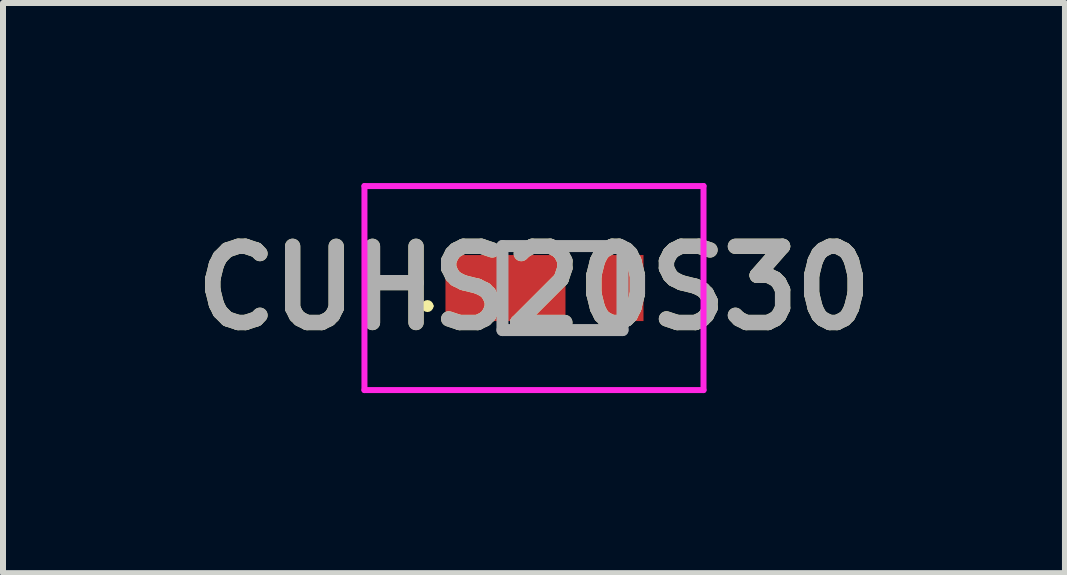
<source format=kicad_pcb>
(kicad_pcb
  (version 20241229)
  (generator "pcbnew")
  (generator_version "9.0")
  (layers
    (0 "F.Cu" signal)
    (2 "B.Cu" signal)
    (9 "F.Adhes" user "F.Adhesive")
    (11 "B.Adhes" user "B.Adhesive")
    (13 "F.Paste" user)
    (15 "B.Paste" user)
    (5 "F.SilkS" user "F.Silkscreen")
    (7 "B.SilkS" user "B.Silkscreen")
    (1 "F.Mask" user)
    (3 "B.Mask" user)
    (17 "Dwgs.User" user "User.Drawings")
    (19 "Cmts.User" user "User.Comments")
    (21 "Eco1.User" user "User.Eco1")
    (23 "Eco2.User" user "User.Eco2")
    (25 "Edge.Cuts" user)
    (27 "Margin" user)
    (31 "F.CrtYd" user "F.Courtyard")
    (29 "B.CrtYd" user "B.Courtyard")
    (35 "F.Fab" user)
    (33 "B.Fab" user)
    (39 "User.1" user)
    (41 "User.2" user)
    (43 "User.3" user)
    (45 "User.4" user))
  (footprint "CUHS20S30"
    (layer "F.Cu")
    (at 6.323 1.75)
    (property "Reference" "CUHS20S30" (at -0.475 0 0) (layer "F.SilkS") (effects (font (size 1.27 1.27) (thickness 0.254))))
    (attr smd)
    (fp_line (start -2.3 0.3) (end -2.3 0.3) (stroke (width 0.1) (type solid)) (layer "F.SilkS"))
    (fp_line (start -2.2 0.3) (end -2.2 0.3) (stroke (width 0.1) (type solid)) (layer "F.SilkS"))
    (fp_line (start -0.95 -0.7) (end 1 -0.7) (stroke (width 0.1) (type solid)) (layer "F.SilkS"))
    (fp_line (start -0.9 0.7) (end 0.9 0.7) (stroke (width 0.1) (type solid)) (layer "F.SilkS"))
    (fp_arc (start -2.3 0.3) (mid -2.25 0.25) (end -2.2 0.3) (stroke (width 0.1) (type solid)) (layer "F.SilkS"))
    (fp_arc (start -2.2 0.3) (mid -2.25 0.35) (end -2.3 0.3) (stroke (width 0.1) (type solid)) (layer "F.SilkS"))
    (fp_line (start -3.3 -1.7) (end 2.35 -1.7) (stroke (width 0.1) (type solid)) (layer "F.CrtYd"))
    (fp_line (start -3.3 1.7) (end -3.3 -1.7) (stroke (width 0.1) (type solid)) (layer "F.CrtYd"))
    (fp_line (start 2.35 -1.7) (end 2.35 1.7) (stroke (width 0.1) (type solid)) (layer "F.CrtYd"))
    (fp_line (start 2.35 1.7) (end -3.3 1.7) (stroke (width 0.1) (type solid)) (layer "F.CrtYd"))
    (fp_line (start -1 -0.7) (end 1 -0.7) (stroke (width 0.2) (type solid)) (layer "F.Fab"))
    (fp_line (start -1 0.7) (end -1 -0.7) (stroke (width 0.2) (type solid)) (layer "F.Fab"))
    (fp_line (start 1 -0.7) (end 1 0.7) (stroke (width 0.2) (type solid)) (layer "F.Fab"))
    (fp_line (start 1 0.7) (end -1 0.7) (stroke (width 0.2) (type solid)) (layer "F.Fab"))
    (fp_text user "${REFERENCE}" (at -0.475 0 0) (layer "F.Fab") (effects (font (size 1.27 1.27) (thickness 0.254))))
    (pad "1" smd rect (at -0.95 0 90) (size 1.1 2) (layers "F.Cu" "F.Mask" "F.Paste"))
    (pad "2" smd rect (at 0.95 0) (size 0.8 1.1) (layers "F.Cu" "F.Mask" "F.Paste")))
  (gr_rect
    (start -3 -3)
    (end 14.696 6.5)
    (stroke (width 0.1) (type default))
    (fill no)
    (layer "Edge.Cuts")))
</source>
